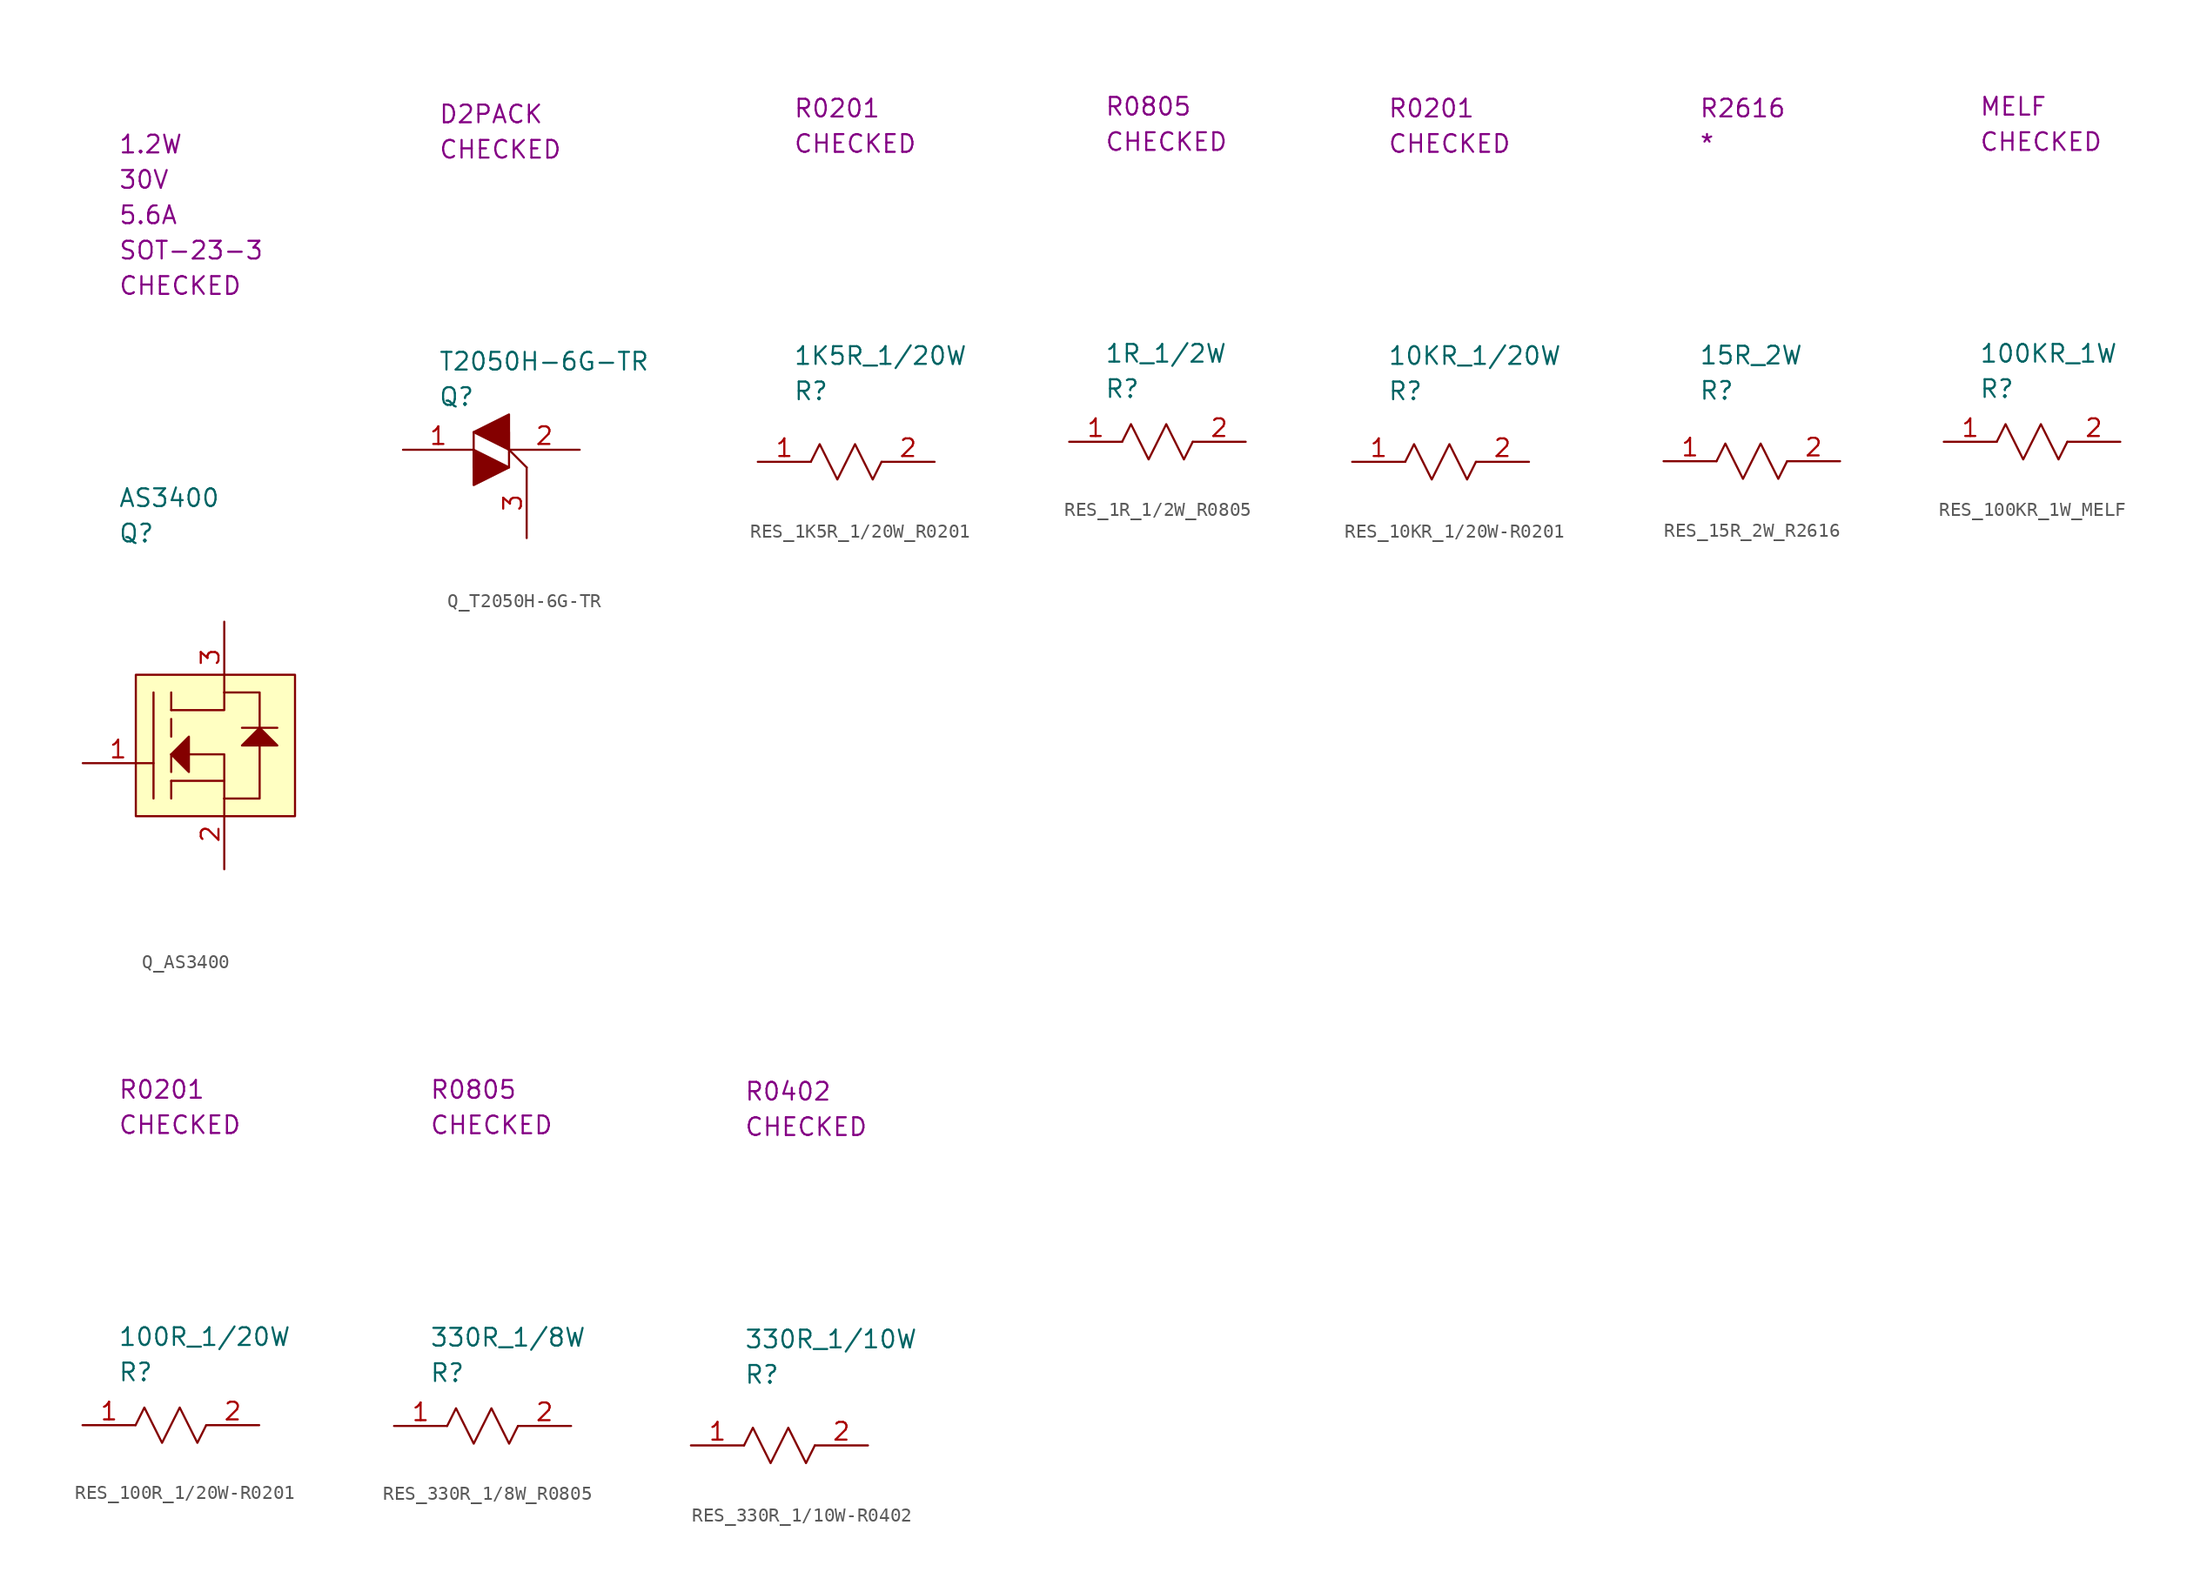
<source format=kicad_sym>
(kicad_symbol_lib
  (version 20220914)
  (generator kicad_symbol_editor)
  (symbol "Q_AS3400"
    (property "Reference" "Q"
      (at 2.54 6.35 0)
      (effects (font (size 1.27 1.27)) (justify left)))
    (property "Value" "AS3400"
      (at 2.54 8.89 0)
      (effects (font (size 1.27 1.27)) (justify left)))
    (property "SCH CHECK" "CHECKED"
      (at 2.54 24.13 0)
      (effects (font (size 1.27 1.27)) (justify left)))
    (property "Package" "SOT-23-3"
      (at 2.54 26.67 0)
      (effects (font (size 1.27 1.27)) (justify left)))
    (property "Max Current" "5.6A"
      (at 2.54 29.21 0)
      (effects (font (size 1.27 1.27)) (justify left)))
    (property "Max Vds" "30V"
      (at 2.54 31.75 0)
      (effects (font (size 1.27 1.27)) (justify left)))
    (property "Max P" "1.2W"
      (at 2.54 34.29 0)
      (effects (font (size 1.27 1.27)) (justify left)))
    (symbol "Q_AS3400_0_1"
      (polyline (pts (xy 5.08 -5.08) (xy 5.08 -12.7)) (stroke (width 0) (type default)) (fill (type none)))
      (polyline (pts (xy 6.35 -11.43) (xy 6.35 -12.7)) (stroke (width 0) (type default)) (fill (type none)))
      (polyline (pts (xy 6.35 -9.525) (xy 6.35 -10.795)) (stroke (width 0) (type default)) (fill (type none)))
      (polyline (pts (xy 6.35 -6.985) (xy 6.35 -8.255)) (stroke (width 0) (type default)) (fill (type none)))
      (polyline (pts (xy 6.35 -5.08) (xy 6.35 -6.35)) (stroke (width 0) (type default)) (fill (type none)))
      (polyline (pts (xy 11.43 -7.62) (xy 13.97 -7.62)) (stroke (width 0) (type default)) (fill (type none)))
      (polyline (pts (xy 6.35 -11.43) (xy 10.16 -11.43) (xy 10.16 -12.7)) (stroke (width 0) (type default)) (fill (type none)))
      (polyline (pts (xy 6.35 -6.35) (xy 10.16 -6.35) (xy 10.16 -5.08)) (stroke (width 0) (type default)) (fill (type none)))
      (polyline (pts (xy 10.16 -11.43) (xy 10.16 -9.525) (xy 6.35 -9.525)) (stroke (width 0) (type default)) (fill (type none)))
      (polyline (pts (xy 7.62 -8.255) (xy 6.35 -9.525) (xy 7.62 -10.795) (xy 7.62 -8.255)) (stroke (width 0) (type default)) (fill (type outline)))
      (polyline (pts (xy 10.16 -12.7) (xy 12.7 -12.7) (xy 12.7 -5.08) (xy 10.16 -5.08)) (stroke (width 0) (type default)) (fill (type none)))
      (polyline (pts (xy 11.43 -8.89) (xy 12.7 -7.62) (xy 13.97 -8.89) (xy 11.43 -8.89)) (stroke (width 0) (type default)) (fill (type outline)))
      (rectangle (start 3.81 -3.81) (end 15.24 -13.97) (stroke (width 0) (type default)) (fill (type background))))
    (symbol "Q_AS3400_1_1"
      (pin passive line (at 0 -10.16 0) (length 5.08) (name "" (effects (font (size 1.27 1.27)))) (number "1" (effects (font (size 1.27 1.27)))))
      (pin passive line (at 10.16 -17.78 90) (length 5.08) (name "" (effects (font (size 1.27 1.27)))) (number "2" (effects (font (size 1.27 1.27)))))
      (pin passive line (at 10.16 0 270) (length 5.08) (name "" (effects (font (size 1.27 1.27)))) (number "3" (effects (font (size 1.27 1.27)))))))
  (symbol "Q_T2050H-6G-TR"
    (property "Reference" "Q"
      (at 2.54 3.81 0)
      (effects (font (size 1.27 1.27)) (justify left)))
    (property "Value" "T2050H-6G-TR"
      (at 2.54 6.35 0)
      (effects (font (size 1.27 1.27)) (justify left)))
    (property "SCH CHECK" "CHECKED"
      (at 2.54 21.59 0)
      (effects (font (size 1.27 1.27)) (justify left)))
    (property "Package" "D2PACK"
      (at 2.54 24.13 0)
      (effects (font (size 1.27 1.27)) (justify left)))
    (symbol "Q_T2050H-6G-TR_0_1"
      (polyline (pts (xy 5.08 1.27) (xy 5.08 -1.27)) (stroke (width 0) (type default)) (fill (type none)))
      (polyline (pts (xy 7.62 0) (xy 8.89 -1.27)) (stroke (width 0) (type default)) (fill (type none)))
      (polyline (pts (xy 7.62 1.27) (xy 7.62 -1.27)) (stroke (width 0) (type default)) (fill (type none)))
      (polyline (pts (xy 5.08 0) (xy 7.62 -1.27) (xy 5.08 -2.54) (xy 5.08 0)) (stroke (width 0) (type default)) (fill (type outline)))
      (polyline (pts (xy 5.08 1.27) (xy 7.62 0) (xy 7.62 2.54) (xy 5.08 1.27)) (stroke (width 0) (type default)) (fill (type outline))))
    (symbol "Q_T2050H-6G-TR_1_1"
      (pin passive line (at 0 0 0) (length 5.08) (name "" (effects (font (size 1.27 1.27)))) (number "1" (effects (font (size 1.27 1.27)))))
      (pin passive line (at 12.7 0 180) (length 5.08) (name "" (effects (font (size 1.27 1.27)))) (number "2" (effects (font (size 1.27 1.27)))))
      (pin passive line (at 8.89 -6.35 90) (length 5.08) (name "" (effects (font (size 1.27 1.27)))) (number "3" (effects (font (size 1.27 1.27)))))))
  (symbol "RES_1K5R_1/20W_R0201"
    (property "Reference" "R"
      (at 2.54 5.08 0)
      (effects (font (size 1.27 1.27)) (justify left)))
    (property "Value" "1K5R_1/20W"
      (at 2.54 7.62 0)
      (effects (font (size 1.27 1.27)) (justify left)))
    (property "SCH CHECK" "CHECKED"
      (at 2.54 22.86 0)
      (effects (font (size 1.27 1.27)) (justify left)))
    (property "Package" "R0201"
      (at 2.54 25.4 0)
      (effects (font (size 1.27 1.27)) (justify left)))
    (symbol "RES_1K5R_1/20W_R0201_0_0"
      (polyline (pts (xy 3.81 0) (xy 4.445 1.27) (xy 5.715 -1.27) (xy 6.985 1.27) (xy 8.255 -1.27) (xy 8.89 0)) (stroke (width 0) (type default)) (fill (type none))))
    (symbol "RES_1K5R_1/20W_R0201_1_1"
      (pin passive line (at 0 0 0) (length 3.81) (name "" (effects (font (size 1.27 1.27)))) (number "1" (effects (font (size 1.27 1.27)))))
      (pin passive line (at 12.7 0 180) (length 3.81) (name "" (effects (font (size 1.27 1.27)))) (number "2" (effects (font (size 1.27 1.27)))))))
  (symbol "RES_1R_1/2W_R0805"
    (property "Reference" "R"
      (at 2.54 3.81 0)
      (effects (font (size 1.27 1.27)) (justify left)))
    (property "Value" "1R_1/2W"
      (at 2.54 6.35 0)
      (effects (font (size 1.27 1.27)) (justify left)))
    (property "SCH CHECK" "CHECKED"
      (at 2.54 21.59 0)
      (effects (font (size 1.27 1.27)) (justify left)))
    (property "Package" "R0805"
      (at 2.54 24.13 0)
      (effects (font (size 1.27 1.27)) (justify left)))
    (symbol "RES_1R_1/2W_R0805_0_0"
      (polyline (pts (xy 3.81 0) (xy 4.445 1.27) (xy 5.715 -1.27) (xy 6.985 1.27) (xy 8.255 -1.27) (xy 8.89 0)) (stroke (width 0) (type default)) (fill (type none))))
    (symbol "RES_1R_1/2W_R0805_1_1"
      (pin passive line (at 0 0 0) (length 3.81) (name "" (effects (font (size 1.27 1.27)))) (number "1" (effects (font (size 1.27 1.27)))))
      (pin passive line (at 12.7 0 180) (length 3.81) (name "" (effects (font (size 1.27 1.27)))) (number "2" (effects (font (size 1.27 1.27)))))))
  (symbol "RES_10KR_1/20W-R0201"
    (property "Reference" "R"
      (at 2.54 5.08 0)
      (effects (font (size 1.27 1.27)) (justify left)))
    (property "Value" "10KR_1{slash}20W"
      (at 2.54 7.62 0)
      (effects (font (size 1.27 1.27)) (justify left)))
    (property "SCH CHECK" "CHECKED"
      (at 2.54 22.86 0)
      (effects (font (size 1.27 1.27)) (justify left)))
    (property "Package" "R0201"
      (at 2.54 25.4 0)
      (effects (font (size 1.27 1.27)) (justify left)))
    (symbol "RES_10KR_1/20W-R0201_0_0"
      (polyline (pts (xy 3.81 0) (xy 4.445 1.27) (xy 5.715 -1.27) (xy 6.985 1.27) (xy 8.255 -1.27) (xy 8.89 0)) (stroke (width 0) (type default)) (fill (type none))))
    (symbol "RES_10KR_1/20W-R0201_1_1"
      (pin passive line (at 0 0 0) (length 3.81) (name "" (effects (font (size 1.27 1.27)))) (number "1" (effects (font (size 1.27 1.27)))))
      (pin passive line (at 12.7 0 180) (length 3.81) (name "" (effects (font (size 1.27 1.27)))) (number "2" (effects (font (size 1.27 1.27)))))))
  (symbol "RES_15R_2W_R2616"
    (property "Reference" "R"
      (at 2.54 5.08 0)
      (effects (font (size 1.27 1.27)) (justify left)))
    (property "Value" "15R_2W"
      (at 2.54 7.62 0)
      (effects (font (size 1.27 1.27)) (justify left)))
    (property "SCH CHECK" "*"
      (at 2.54 22.86 0)
      (effects (font (size 1.27 1.27)) (justify left)))
    (property "Package" "R2616"
      (at 2.54 25.4 0)
      (effects (font (size 1.27 1.27)) (justify left)))
    (symbol "RES_15R_2W_R2616_0_0"
      (polyline (pts (xy 3.81 0) (xy 4.445 1.27) (xy 5.715 -1.27) (xy 6.985 1.27) (xy 8.255 -1.27) (xy 8.89 0)) (stroke (width 0) (type default)) (fill (type none))))
    (symbol "RES_15R_2W_R2616_1_1"
      (pin passive line (at 0 0 0) (length 3.81) (name "" (effects (font (size 1.27 1.27)))) (number "1" (effects (font (size 1.27 1.27)))))
      (pin passive line (at 12.7 0 180) (length 3.81) (name "" (effects (font (size 1.27 1.27)))) (number "2" (effects (font (size 1.27 1.27)))))))
  (symbol "RES_100KR_1W_MELF"
    (property "Reference" "R"
      (at 2.54 3.81 0)
      (effects (font (size 1.27 1.27)) (justify left)))
    (property "Value" "100KR_1W"
      (at 2.54 6.35 0)
      (effects (font (size 1.27 1.27)) (justify left)))
    (property "SCH CHECK" "CHECKED"
      (at 2.54 21.59 0)
      (effects (font (size 1.27 1.27)) (justify left)))
    (property "Package" "MELF"
      (at 2.54 24.13 0)
      (effects (font (size 1.27 1.27)) (justify left)))
    (symbol "RES_100KR_1W_MELF_0_0"
      (polyline (pts (xy 3.81 0) (xy 4.445 1.27) (xy 5.715 -1.27) (xy 6.985 1.27) (xy 8.255 -1.27) (xy 8.89 0)) (stroke (width 0) (type default)) (fill (type none))))
    (symbol "RES_100KR_1W_MELF_1_1"
      (pin passive line (at 0 0 0) (length 3.81) (name "" (effects (font (size 1.27 1.27)))) (number "1" (effects (font (size 1.27 1.27)))))
      (pin passive line (at 12.7 0 180) (length 3.81) (name "" (effects (font (size 1.27 1.27)))) (number "2" (effects (font (size 1.27 1.27)))))))
  (symbol "RES_100R_1/20W-R0201"
    (property "Reference" "R"
      (at 2.54 3.81 0)
      (effects (font (size 1.27 1.27)) (justify left)))
    (property "Value" "100R_1{slash}20W"
      (at 2.54 6.35 0)
      (effects (font (size 1.27 1.27)) (justify left)))
    (property "SCH CHECK" "CHECKED"
      (at 2.54 21.59 0)
      (effects (font (size 1.27 1.27)) (justify left)))
    (property "Package" "R0201"
      (at 2.54 24.13 0)
      (effects (font (size 1.27 1.27)) (justify left)))
    (symbol "RES_100R_1/20W-R0201_0_0"
      (polyline (pts (xy 3.81 0) (xy 4.445 1.27) (xy 5.715 -1.27) (xy 6.985 1.27) (xy 8.255 -1.27) (xy 8.89 0)) (stroke (width 0) (type default)) (fill (type none))))
    (symbol "RES_100R_1/20W-R0201_1_1"
      (pin passive line (at 0 0 0) (length 3.81) (name "" (effects (font (size 1.27 1.27)))) (number "1" (effects (font (size 1.27 1.27)))))
      (pin passive line (at 12.7 0 180) (length 3.81) (name "" (effects (font (size 1.27 1.27)))) (number "2" (effects (font (size 1.27 1.27)))))))
  (symbol "RES_330R_1/8W_R0805"
    (property "Reference" "R"
      (at 2.54 3.81 0)
      (effects (font (size 1.27 1.27)) (justify left)))
    (property "Value" "330R_1/8W"
      (at 2.54 6.35 0)
      (effects (font (size 1.27 1.27)) (justify left)))
    (property "SCH CHECK" "CHECKED"
      (at 2.54 21.59 0)
      (effects (font (size 1.27 1.27)) (justify left)))
    (property "Package" "R0805"
      (at 2.54 24.13 0)
      (effects (font (size 1.27 1.27)) (justify left)))
    (symbol "RES_330R_1/8W_R0805_0_0"
      (polyline (pts (xy 3.81 0) (xy 4.445 1.27) (xy 5.715 -1.27) (xy 6.985 1.27) (xy 8.255 -1.27) (xy 8.89 0)) (stroke (width 0) (type default)) (fill (type none))))
    (symbol "RES_330R_1/8W_R0805_1_1"
      (pin passive line (at 0 0 0) (length 3.81) (name "" (effects (font (size 1.27 1.27)))) (number "1" (effects (font (size 1.27 1.27)))))
      (pin passive line (at 12.7 0 180) (length 3.81) (name "" (effects (font (size 1.27 1.27)))) (number "2" (effects (font (size 1.27 1.27)))))))
  (symbol "RES_330R_1/10W-R0402"
    (property "Reference" "R"
      (at 3.81 5.08 0)
      (effects (font (size 1.27 1.27)) (justify left)))
    (property "Value" "330R_1{slash}10W"
      (at 3.81 7.62 0)
      (effects (font (size 1.27 1.27)) (justify left)))
    (property "SCH CHECK" "CHECKED"
      (at 3.81 22.86 0)
      (effects (font (size 1.27 1.27)) (justify left)))
    (property "Package" "R0402"
      (at 3.81 25.4 0)
      (effects (font (size 1.27 1.27)) (justify left)))
    (symbol "RES_330R_1/10W-R0402_0_0"
      (polyline (pts (xy 3.81 0) (xy 4.445 1.27) (xy 5.715 -1.27) (xy 6.985 1.27) (xy 8.255 -1.27) (xy 8.89 0)) (stroke (width 0) (type default)) (fill (type none))))
    (symbol "RES_330R_1/10W-R0402_1_1"
      (pin passive line (at 0 0 0) (length 3.81) (name "" (effects (font (size 1.27 1.27)))) (number "1" (effects (font (size 1.27 1.27)))))
      (pin passive line (at 12.7 0 180) (length 3.81) (name "" (effects (font (size 1.27 1.27)))) (number "2" (effects (font (size 1.27 1.27))))))))
</source>
